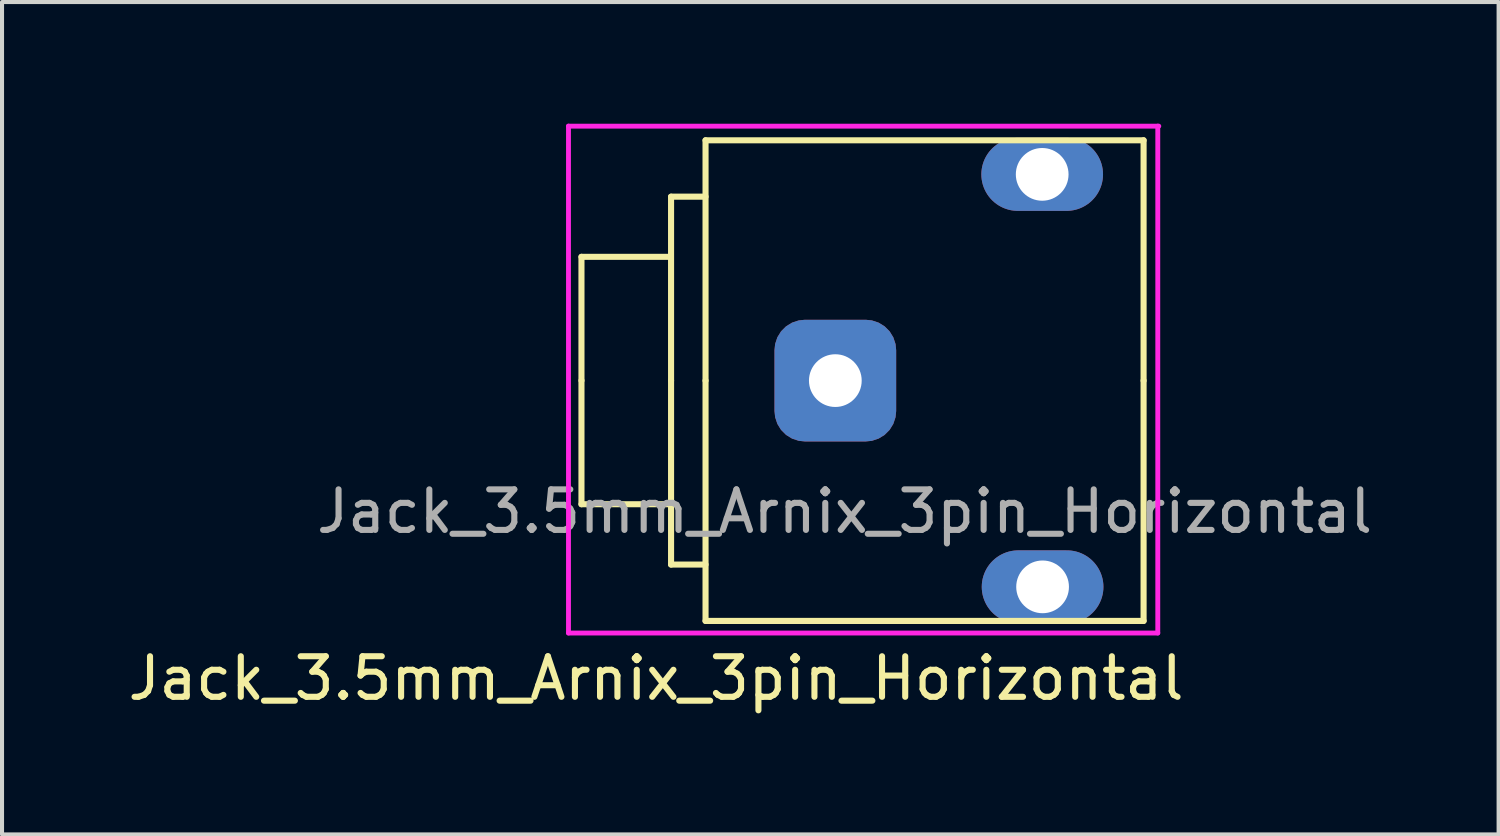
<source format=kicad_pcb>
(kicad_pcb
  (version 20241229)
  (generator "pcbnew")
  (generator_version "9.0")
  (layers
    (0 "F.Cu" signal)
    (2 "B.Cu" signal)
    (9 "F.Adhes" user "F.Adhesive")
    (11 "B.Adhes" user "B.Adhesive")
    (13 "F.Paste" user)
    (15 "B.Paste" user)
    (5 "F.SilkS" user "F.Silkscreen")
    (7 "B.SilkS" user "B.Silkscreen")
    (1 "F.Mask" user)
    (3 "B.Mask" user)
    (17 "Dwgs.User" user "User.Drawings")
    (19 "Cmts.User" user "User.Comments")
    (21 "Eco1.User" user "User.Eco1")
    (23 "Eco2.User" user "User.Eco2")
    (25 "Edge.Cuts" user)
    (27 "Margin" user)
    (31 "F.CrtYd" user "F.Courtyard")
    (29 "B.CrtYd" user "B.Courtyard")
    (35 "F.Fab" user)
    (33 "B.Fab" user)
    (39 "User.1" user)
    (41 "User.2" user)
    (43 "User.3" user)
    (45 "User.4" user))
  (footprint "Jack_3.5mm_Arnix_3pin_Horizontal"
    (layer "F.Cu")
    (at 17.55 6.334)
    (property "Reference" "Jack_3.5mm_Arnix_3pin_Horizontal" (at -4.425 7.341 0) (layer "F.SilkS") (effects (font (size 1 1) (thickness 0.15))))
    (attr through_hole)
    (fp_line (start -6.264 -3.052) (end -6.264 -0.002) (stroke (width 0.15) (type solid)) (layer "F.SilkS"))
    (fp_line (start -6.264 -3.052) (end -4.064 -3.052) (stroke (width 0.15) (type solid)) (layer "F.SilkS"))
    (fp_line (start -6.264 -0.002) (end -6.264 3.048) (stroke (width 0.15) (type solid)) (layer "F.SilkS"))
    (fp_line (start -4.064 3.048) (end -6.264 3.048) (stroke (width 0.15) (type solid)) (layer "F.SilkS"))
    (fp_line (start -4.055 -4.535) (end -3.205 -4.535) (stroke (width 0.15) (type solid)) (layer "F.SilkS"))
    (fp_line (start -4.055 0) (end -4.055 -4.535) (stroke (width 0.15) (type solid)) (layer "F.SilkS"))
    (fp_line (start -4.055 0) (end -4.055 4.535) (stroke (width 0.15) (type solid)) (layer "F.SilkS"))
    (fp_line (start -3.205 -5.925) (end 7.595 -5.925) (stroke (width 0.15) (type solid)) (layer "F.SilkS"))
    (fp_line (start -3.205 0) (end -3.205 -5.925) (stroke (width 0.15) (type solid)) (layer "F.SilkS"))
    (fp_line (start -3.205 0) (end -3.205 5.925) (stroke (width 0.15) (type solid)) (layer "F.SilkS"))
    (fp_line (start -3.205 4.535) (end -4.055 4.535) (stroke (width 0.15) (type solid)) (layer "F.SilkS"))
    (fp_line (start -3.205 5.925) (end 7.595 5.925) (stroke (width 0.15) (type solid)) (layer "F.SilkS"))
    (fp_line (start 7.595 0) (end 7.595 -5.925) (stroke (width 0.15) (type solid)) (layer "F.SilkS"))
    (fp_line (start 7.595 0) (end 7.595 5.925) (stroke (width 0.15) (type solid)) (layer "F.SilkS"))
    (fp_line (start -6.584 -6.274) (end -6.584 6.223) (stroke (width 0.12) (type solid)) (layer "F.CrtYd"))
    (fp_line (start -6.584 6.223) (end 7.945 6.223) (stroke (width 0.12) (type solid)) (layer "F.CrtYd"))
    (fp_line (start 7.945 6.223) (end 7.945 -6.274) (stroke (width 0.12) (type solid)) (layer "F.CrtYd"))
    (fp_line (start 7.97 -6.274) (end -6.584 -6.274) (stroke (width 0.12) (type solid)) (layer "F.CrtYd"))
    (fp_text user "${REFERENCE}" (at 0.223 3.226 0) (layer "F.Fab") (effects (font (size 1 1) (thickness 0.15))))
    (pad "R" thru_hole oval (at 5.095 -5.085 270) (size 1.8 3) (drill 1.3) (layers "*.Cu" "*.Mask"))
    (pad "S" thru_hole roundrect (at -0.005 0 270) (size 3 3) (drill 1.3) (layers "*.Cu" "*.Mask") (roundrect_rratio 0.25))
    (pad "T" thru_hole oval (at 5.105 5.085 270) (size 1.8 3) (drill 1.3) (layers "*.Cu" "*.Mask")))
  (gr_rect
    (start -3 -3)
    (end 33.898 17.523)
    (stroke (width 0.1) (type default))
    (fill no)
    (layer "Edge.Cuts")))
</source>
